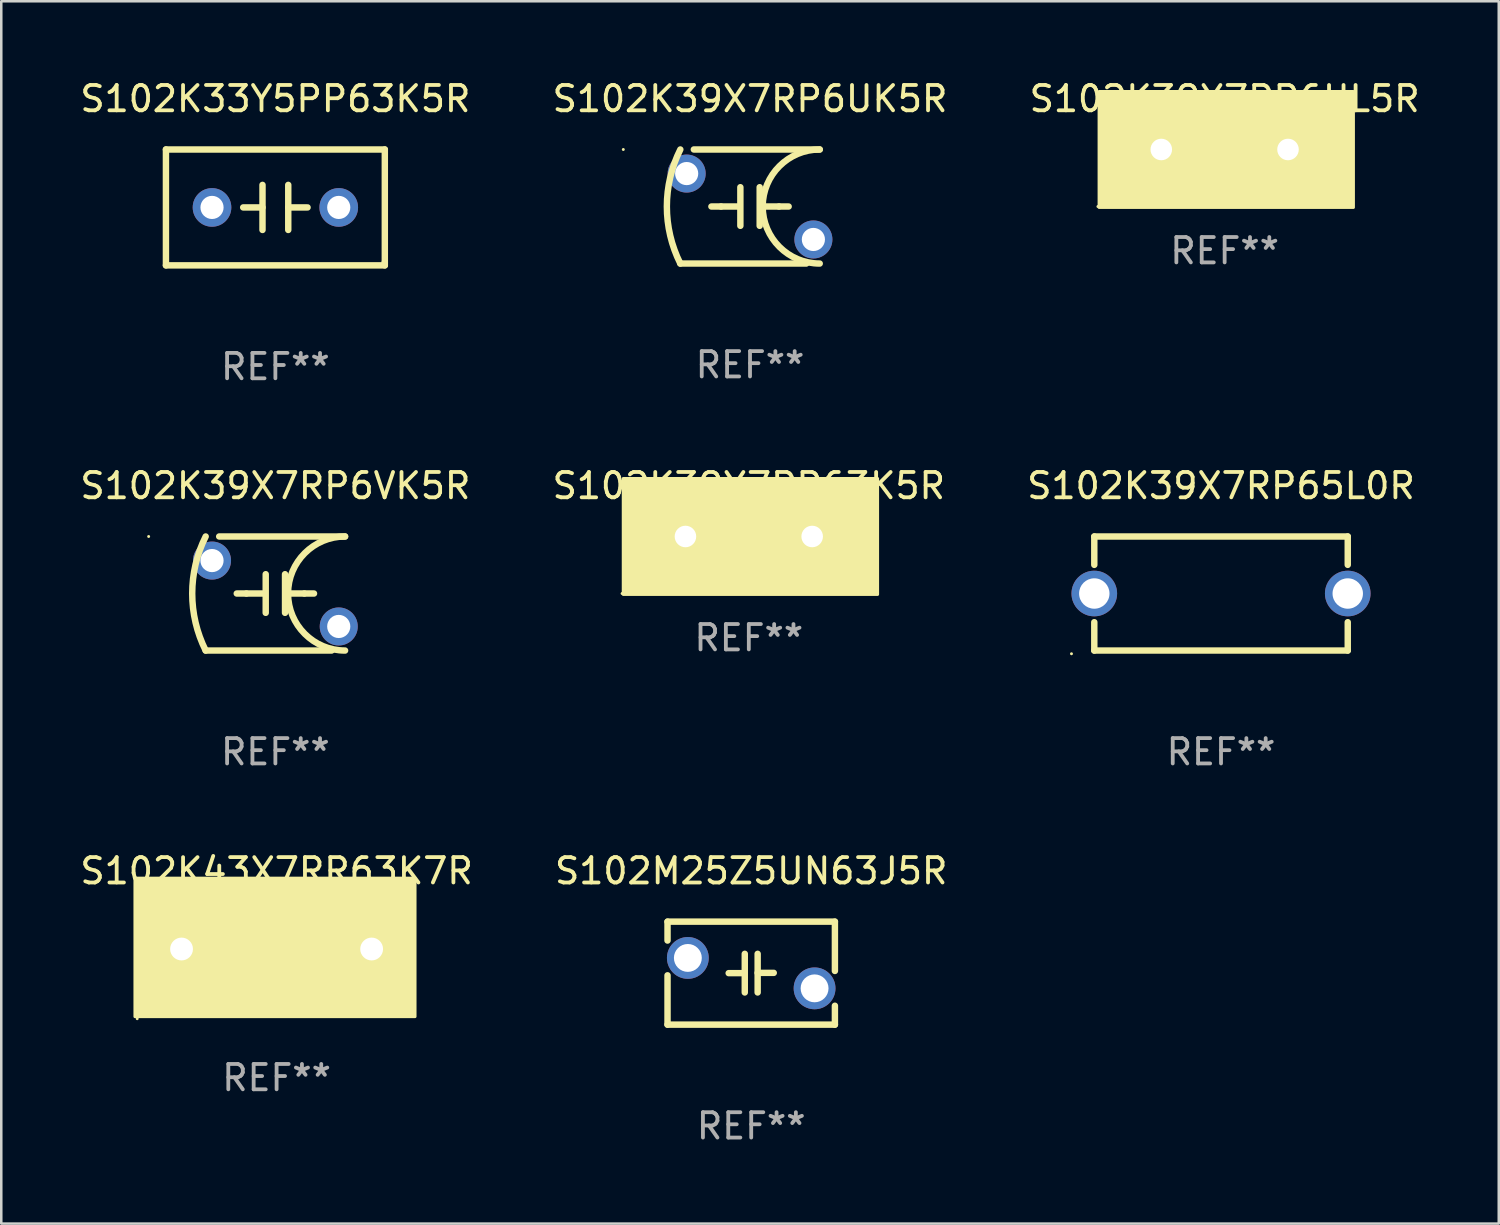
<source format=kicad_pcb>
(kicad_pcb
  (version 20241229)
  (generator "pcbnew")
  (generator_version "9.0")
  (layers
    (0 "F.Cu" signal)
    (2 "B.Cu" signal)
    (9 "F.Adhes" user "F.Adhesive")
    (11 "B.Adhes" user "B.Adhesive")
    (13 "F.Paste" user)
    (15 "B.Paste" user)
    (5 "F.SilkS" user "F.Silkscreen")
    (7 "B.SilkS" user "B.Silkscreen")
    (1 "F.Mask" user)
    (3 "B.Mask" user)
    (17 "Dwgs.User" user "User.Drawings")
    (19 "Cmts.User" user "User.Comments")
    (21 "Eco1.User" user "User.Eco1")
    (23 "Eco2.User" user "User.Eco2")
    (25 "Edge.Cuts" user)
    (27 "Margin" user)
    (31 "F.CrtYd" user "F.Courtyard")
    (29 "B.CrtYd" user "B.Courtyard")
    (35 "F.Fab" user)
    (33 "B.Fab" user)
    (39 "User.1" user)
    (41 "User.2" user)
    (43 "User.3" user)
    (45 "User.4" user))
  (footprint "S102K43X7RR63K7R"
    (layer "F.Cu")
    (at 7.863 34.393)
    (property "Reference" "S102K43X7RR63K7R" (at 0 -3.08 0) (layer "F.SilkS") (effects (font (size 1 1) (thickness 0.15))))
    (attr through_hole)
    (fp_line (start -0.635 0.000025) (end -1.905 0.000025) (stroke (width 0.254) (type solid)) (layer "F.SilkS"))
    (fp_line (start -0.635 1.08) (end -0.635 -1.08) (stroke (width 0.254) (type solid)) (layer "F.SilkS"))
    (fp_line (start 0.635 -1.08) (end 0.635 1.08) (stroke (width 0.254) (type solid)) (layer "F.SilkS"))
    (fp_line (start 0.635 -0.000025) (end 1.905 -0.000025) (stroke (width 0.254) (type solid)) (layer "F.SilkS"))
    (fp_circle (center -5.5 2.75) (end -5.47 2.75) (stroke (width 0.06) (type solid)) (fill no) (layer "F.SilkS"))
    (fp_poly (pts (xy -5.588 -2.794) (xy 5.461 -2.794) (xy 5.461 2.667) (xy -5.588 2.667)) (stroke (width 0.12) (type solid)) (fill yes) (layer "F.SilkS"))
    (fp_text user "REF**" (at 0 5.08 0) (layer "F.Fab") (effects (font (size 1 1) (thickness 0.15))))
    (pad "1" thru_hole circle (at -3.75 0) (size 1.6 1.6) (drill 0.9) (layers "*.Cu" "*.Mask"))
    (pad "2" thru_hole circle (at 3.75 0) (size 1.6 1.6) (drill 0.9) (layers "*.Cu" "*.Mask")))
  (footprint "S102M25Z5UN63J5R"
    (layer "F.Cu")
    (at 26.589 35.345)
    (property "Reference" "S102M25Z5UN63J5R" (at 0 -4.032 0) (layer "F.SilkS") (effects (font (size 1 1) (thickness 0.15))))
    (attr through_hole)
    (fp_line (start -3.302 -2.032) (end 3.302 -2.032) (stroke (width 0.254) (type solid)) (layer "F.SilkS"))
    (fp_line (start -3.302 -1.286) (end -3.302 -2.032) (stroke (width 0.254) (type solid)) (layer "F.SilkS"))
    (fp_line (start -3.302 2.032) (end -3.302 0.086) (stroke (width 0.254) (type solid)) (layer "F.SilkS"))
    (fp_line (start -0.889 0) (end -0.254 0) (stroke (width 0.254) (type solid)) (layer "F.SilkS"))
    (fp_line (start -0.254 0.762) (end -0.254 -0.762) (stroke (width 0.254) (type solid)) (layer "F.SilkS"))
    (fp_line (start 0.254 -0.011) (end 0.889 -0.011) (stroke (width 0.254) (type solid)) (layer "F.SilkS"))
    (fp_line (start 0.254 0.762) (end 0.254 -0.762) (stroke (width 0.254) (type solid)) (layer "F.SilkS"))
    (fp_line (start 3.302 -2.032) (end 3.302 -0.086) (stroke (width 0.254) (type solid)) (layer "F.SilkS"))
    (fp_line (start 3.302 1.286) (end 3.302 2.032) (stroke (width 0.254) (type solid)) (layer "F.SilkS"))
    (fp_line (start 3.302 2.032) (end -3.302 2.032) (stroke (width 0.254) (type solid)) (layer "F.SilkS"))
    (fp_circle (center -3.25 -2) (end -3.22 -2) (stroke (width 0.06) (type solid)) (fill no) (layer "F.SilkS"))
    (fp_text user "REF**" (at 0 6.032 0) (layer "F.Fab") (effects (font (size 1 1) (thickness 0.15))))
    (pad "1" thru_hole circle (at -2.5 -0.6) (size 1.65 1.65) (drill 1.1) (layers "*.Cu" "*.Mask"))
    (pad "2" thru_hole circle (at 2.5 0.6) (size 1.65 1.65) (drill 1.1) (layers "*.Cu" "*.Mask")))
  (footprint "S102K39X7RP6UK5R"
    (layer "F.Cu")
    (at 26.542 5.098)
    (property "Reference" "S102K39X7RP6UK5R" (at 0 -4.25 0) (layer "F.SilkS") (effects (font (size 1 1) (thickness 0.15))))
    (attr through_hole)
    (fp_line (start -2.75 2.25) (end 2.217 2.25) (stroke (width 0.254) (type solid)) (layer "F.SilkS"))
    (fp_line (start -1.143 0) (end -1.524 0) (stroke (width 0.254) (type solid)) (layer "F.SilkS"))
    (fp_line (start -1.143 0) (end -0.508 0) (stroke (width 0.254) (type solid)) (layer "F.SilkS"))
    (fp_line (start -0.381 -0.762) (end -0.381 0.762) (stroke (width 0.254) (type solid)) (layer "F.SilkS"))
    (fp_line (start 0.381 -0.762) (end 0.381 0.762) (stroke (width 0.254) (type solid)) (layer "F.SilkS"))
    (fp_line (start 1.143 0) (end 0.508 0) (stroke (width 0.254) (type solid)) (layer "F.SilkS"))
    (fp_line (start 1.143 0) (end 1.524 0) (stroke (width 0.254) (type solid)) (layer "F.SilkS"))
    (fp_line (start 2.75 -2.25) (end -2.217 -2.25) (stroke (width 0.254) (type solid)) (layer "F.SilkS"))
    (fp_arc (start -2.749962 2.250013) (mid -3.281118 0) (end -2.749962 -2.250013) (stroke (width 0.254001) (type solid)) (layer "F.SilkS"))
    (fp_arc (start 2.749962 2.250013) (mid 0.499949 0) (end 2.749962 -2.250013) (stroke (width 0.254001) (type solid)) (layer "F.SilkS"))
    (fp_circle (center -5 -2.25) (end -4.97 -2.25) (stroke (width 0.06) (type solid)) (fill no) (layer "F.SilkS"))
    (fp_text user "REF**" (at 0 6.25 0) (layer "F.Fab") (effects (font (size 1 1) (thickness 0.15))))
    (pad "1" thru_hole circle (at -2.5 -1.3) (size 1.5 1.5) (drill 0.914) (layers "*.Cu" "*.Mask"))
    (pad "2" thru_hole circle (at 2.5 1.3) (size 1.5 1.5) (drill 0.914) (layers "*.Cu" "*.Mask")))
  (footprint "S102K39X7RP6VK5R"
    (layer "F.Cu")
    (at 7.815 20.367)
    (property "Reference" "S102K39X7RP6VK5R" (at 0 -4.25 0) (layer "F.SilkS") (effects (font (size 1 1) (thickness 0.15))))
    (attr through_hole)
    (fp_line (start -2.75 2.25) (end 2.217 2.25) (stroke (width 0.254) (type solid)) (layer "F.SilkS"))
    (fp_line (start -1.143 0) (end -1.524 0) (stroke (width 0.254) (type solid)) (layer "F.SilkS"))
    (fp_line (start -1.143 0) (end -0.508 0) (stroke (width 0.254) (type solid)) (layer "F.SilkS"))
    (fp_line (start -0.381 -0.762) (end -0.381 0.762) (stroke (width 0.254) (type solid)) (layer "F.SilkS"))
    (fp_line (start 0.381 -0.762) (end 0.381 0.762) (stroke (width 0.254) (type solid)) (layer "F.SilkS"))
    (fp_line (start 1.143 0) (end 0.508 0) (stroke (width 0.254) (type solid)) (layer "F.SilkS"))
    (fp_line (start 1.143 0) (end 1.524 0) (stroke (width 0.254) (type solid)) (layer "F.SilkS"))
    (fp_line (start 2.75 -2.25) (end -2.217 -2.25) (stroke (width 0.254) (type solid)) (layer "F.SilkS"))
    (fp_arc (start -2.749962 2.250013) (mid -3.281118 0) (end -2.749962 -2.250013) (stroke (width 0.254001) (type solid)) (layer "F.SilkS"))
    (fp_arc (start 2.749962 2.250013) (mid 0.499949 0) (end 2.749962 -2.250013) (stroke (width 0.254001) (type solid)) (layer "F.SilkS"))
    (fp_circle (center -5 -2.25) (end -4.97 -2.25) (stroke (width 0.06) (type solid)) (fill no) (layer "F.SilkS"))
    (fp_text user "REF**" (at 0 6.25 0) (layer "F.Fab") (effects (font (size 1 1) (thickness 0.15))))
    (pad "1" thru_hole circle (at -2.5 -1.3) (size 1.5 1.5) (drill 0.914) (layers "*.Cu" "*.Mask"))
    (pad "2" thru_hole circle (at 2.5 1.3) (size 1.5 1.5) (drill 0.914) (layers "*.Cu" "*.Mask")))
  (footprint "S102K33Y5PP63K5R"
    (layer "F.Cu")
    (at 7.815 5.134)
    (property "Reference" "S102K33Y5PP63K5R" (at 0 -4.286 0) (layer "F.SilkS") (effects (font (size 1 1) (thickness 0.15))))
    (attr through_hole)
    (fp_line (start -4.318 -2.286) (end 4.318 -2.286) (stroke (width 0.254) (type solid)) (layer "F.SilkS"))
    (fp_line (start -4.318 2.286) (end -4.318 -2.286) (stroke (width 0.254) (type solid)) (layer "F.SilkS"))
    (fp_line (start -0.508 0) (end -1.27 0) (stroke (width 0.254) (type solid)) (layer "F.SilkS"))
    (fp_line (start -0.508 0.889) (end -0.508 -0.889) (stroke (width 0.254) (type solid)) (layer "F.SilkS"))
    (fp_line (start 0.508 -0.889) (end 0.508 0.889) (stroke (width 0.254) (type solid)) (layer "F.SilkS"))
    (fp_line (start 0.508 0) (end 1.27 0) (stroke (width 0.254) (type solid)) (layer "F.SilkS"))
    (fp_line (start 4.318 -2.286) (end 4.318 2.159) (stroke (width 0.254) (type solid)) (layer "F.SilkS"))
    (fp_line (start 4.318 2.286) (end -4.318 2.286) (stroke (width 0.254) (type solid)) (layer "F.SilkS"))
    (fp_line (start 4.318 2.286) (end 4.318 2.159) (stroke (width 0.254) (type solid)) (layer "F.SilkS"))
    (fp_circle (center -4.25 2.25) (end -4.22 2.25) (stroke (width 0.06) (type solid)) (fill no) (layer "F.SilkS"))
    (fp_text user "REF**" (at 0 6.286 0) (layer "F.Fab") (effects (font (size 1 1) (thickness 0.15))))
    (pad "1" thru_hole circle (at -2.5 0) (size 1.524 1.524) (drill 0.914) (layers "*.Cu" "*.Mask"))
    (pad "2" thru_hole circle (at 2.5 0) (size 1.524 1.524) (drill 0.914) (layers "*.Cu" "*.Mask")))
  (footprint "S102K39X7RP63K5R"
    (layer "F.Cu")
    (at 26.494 18.117)
    (property "Reference" "S102K39X7RP63K5R" (at 0 -2 0) (layer "F.SilkS") (effects (font (size 1 1) (thickness 0.15))))
    (attr through_hole)
    (fp_circle (center -5 2.25) (end -4.97 2.25) (stroke (width 0.06) (type solid)) (fill no) (layer "F.SilkS"))
    (fp_poly (pts (xy -4.953 -2.286) (xy 5.08 -2.286) (xy 5.08 2.286) (xy -4.953 2.286)) (stroke (width 0.12) (type solid)) (fill yes) (layer "F.SilkS"))
    (fp_text user "REF**" (at 0 4 0) (layer "F.Fab") (effects (font (size 1 1) (thickness 0.15))))
    (pad "1" thru_hole circle (at -2.5 0) (size 1.524 1.524) (drill 0.85) (layers "*.Cu" "*.Mask"))
    (pad "2" thru_hole circle (at 2.5 0) (size 1.524 1.524) (drill 0.85) (layers "*.Cu" "*.Mask")))
  (footprint "S102K39X7RP6UL5R"
    (layer "F.Cu")
    (at 45.268 2.848)
    (property "Reference" "S102K39X7RP6UL5R" (at 0 -2 0) (layer "F.SilkS") (effects (font (size 1 1) (thickness 0.15))))
    (attr through_hole)
    (fp_circle (center -5 2.25) (end -4.97 2.25) (stroke (width 0.06) (type solid)) (fill no) (layer "F.SilkS"))
    (fp_poly (pts (xy -4.953 -2.286) (xy 5.08 -2.286) (xy 5.08 2.286) (xy -4.953 2.286)) (stroke (width 0.12) (type solid)) (fill yes) (layer "F.SilkS"))
    (fp_text user "REF**" (at 0 4 0) (layer "F.Fab") (effects (font (size 1 1) (thickness 0.15))))
    (pad "1" thru_hole circle (at -2.5 0) (size 1.524 1.524) (drill 0.85) (layers "*.Cu" "*.Mask"))
    (pad "2" thru_hole circle (at 2.5 0) (size 1.524 1.524) (drill 0.85) (layers "*.Cu" "*.Mask")))
  (footprint "S102K39X7RP65L0R"
    (layer "F.Cu")
    (at 45.125 20.367)
    (property "Reference" "S102K39X7RP65L0R" (at 0 -4.25 0) (layer "F.SilkS") (effects (font (size 1 1) (thickness 0.15))))
    (attr through_hole)
    (fp_line (start -5 -2.25) (end -5 -1.131) (stroke (width 0.254) (type solid)) (layer "F.SilkS"))
    (fp_line (start -5 -2.25) (end 5 -2.25) (stroke (width 0.254) (type solid)) (layer "F.SilkS"))
    (fp_line (start -5 1.131) (end -5 2.25) (stroke (width 0.254) (type solid)) (layer "F.SilkS"))
    (fp_line (start 5 -2.25) (end 5 -1.131) (stroke (width 0.254) (type solid)) (layer "F.SilkS"))
    (fp_line (start 5 1.131) (end 5 2.25) (stroke (width 0.254) (type solid)) (layer "F.SilkS"))
    (fp_line (start 5 2.25) (end -5 2.25) (stroke (width 0.254) (type solid)) (layer "F.SilkS"))
    (fp_circle (center -5.9 2.377) (end -5.87 2.377) (stroke (width 0.06) (type solid)) (fill no) (layer "F.SilkS"))
    (fp_text user "REF**" (at 0 6.25 0) (layer "F.Fab") (effects (font (size 1 1) (thickness 0.15))))
    (pad "1" thru_hole circle (at -5 0) (size 1.8 1.8) (drill 1.2) (layers "*.Cu" "*.Mask"))
    (pad "2" thru_hole circle (at 5 0) (size 1.8 1.8) (drill 1.2) (layers "*.Cu" "*.Mask")))
  (gr_rect
    (start -3 -3)
    (end 56.083 45.226)
    (stroke (width 0.1) (type default))
    (fill no)
    (layer "Edge.Cuts")))
</source>
